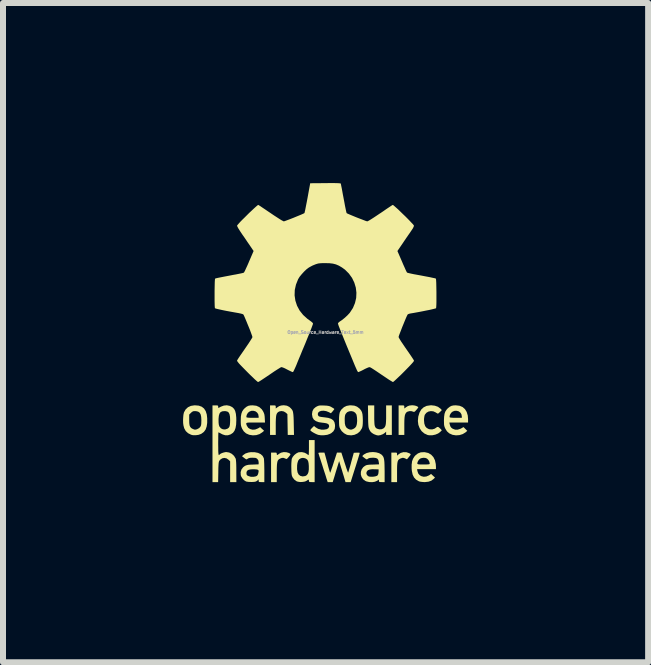
<source format=kicad_pcb>
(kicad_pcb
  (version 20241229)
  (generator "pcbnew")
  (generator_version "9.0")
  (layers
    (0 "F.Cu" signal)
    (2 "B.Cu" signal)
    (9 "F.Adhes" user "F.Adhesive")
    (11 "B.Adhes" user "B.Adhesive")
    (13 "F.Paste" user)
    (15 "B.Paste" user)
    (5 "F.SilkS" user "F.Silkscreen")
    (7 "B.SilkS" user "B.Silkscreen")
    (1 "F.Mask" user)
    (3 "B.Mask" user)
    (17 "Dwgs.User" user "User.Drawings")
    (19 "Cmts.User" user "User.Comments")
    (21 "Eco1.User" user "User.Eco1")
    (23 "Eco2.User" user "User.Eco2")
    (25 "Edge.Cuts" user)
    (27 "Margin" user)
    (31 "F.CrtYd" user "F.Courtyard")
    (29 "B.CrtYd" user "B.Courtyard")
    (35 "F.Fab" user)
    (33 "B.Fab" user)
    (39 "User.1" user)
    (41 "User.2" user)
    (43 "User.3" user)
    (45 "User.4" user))
  (footprint "Open_Source_Hardware_Text_5mm"
    (layer "F.Cu")
    (at 2.373 2.486)
    (property "Reference" "Open_Source_Hardware_Text_5mm" (at 0 0 0) (layer "F.Fab") (effects (font (size 0.05 0.05) (thickness 0.013))))
    (attr board_only exclude_from_pos_files exclude_from_bom)
    (fp_poly (pts (xy 1.348 1.998) (xy 1.391 2.013) (xy 1.409 2.022) (xy 1.418 2.03) (xy 1.417 2.041) (xy 1.406 2.057) (xy 1.385 2.083) (xy 1.38 2.089) (xy 1.357 2.116) (xy 1.326 2.101) (xy 1.304 2.093) (xy 1.286 2.091) (xy 1.263 2.098) (xy 1.258 2.099) (xy 1.238 2.108) (xy 1.221 2.119) (xy 1.21 2.134) (xy 1.201 2.157) (xy 1.196 2.188) (xy 1.193 2.231) (xy 1.192 2.287) (xy 1.192 2.334) (xy 1.192 2.496) (xy 1.097 2.496) (xy 1.097 2.004) (xy 1.144 2.004) (xy 1.171 2.004) (xy 1.186 2.007) (xy 1.191 2.015) (xy 1.192 2.029) (xy 1.192 2.03) (xy 1.192 2.056) (xy 1.211 2.038) (xy 1.252 2.01) (xy 1.298 1.997)) (stroke (width 0) (type solid)) (fill yes) (layer "F.SilkS"))
    (fp_poly (pts (xy -0.652 1.998) (xy -0.611 2.01) (xy -0.6 2.016) (xy -0.588 2.024) (xy -0.584 2.033) (xy -0.588 2.044) (xy -0.601 2.062) (xy -0.623 2.088) (xy -0.639 2.105) (xy -0.65 2.111) (xy -0.664 2.106) (xy -0.671 2.103) (xy -0.7 2.092) (xy -0.727 2.093) (xy -0.756 2.104) (xy -0.774 2.114) (xy -0.788 2.127) (xy -0.798 2.144) (xy -0.804 2.169) (xy -0.809 2.204) (xy -0.811 2.251) (xy -0.812 2.311) (xy -0.812 2.335) (xy -0.812 2.496) (xy -0.907 2.496) (xy -0.907 2.004) (xy -0.859 2.004) (xy -0.832 2.004) (xy -0.818 2.007) (xy -0.813 2.014) (xy -0.812 2.025) (xy -0.81 2.041) (xy -0.804 2.045) (xy -0.79 2.037) (xy -0.776 2.026) (xy -0.741 2.006) (xy -0.697 1.996)) (stroke (width 0) (type solid)) (fill yes) (layer "F.SilkS"))
    (fp_poly (pts (xy 1.48 1.219) (xy 1.508 1.226) (xy 1.531 1.236) (xy 1.544 1.246) (xy 1.546 1.25) (xy 1.54 1.26) (xy 1.527 1.278) (xy 1.513 1.294) (xy 1.493 1.316) (xy 1.48 1.325) (xy 1.469 1.326) (xy 1.462 1.323) (xy 1.431 1.314) (xy 1.395 1.314) (xy 1.363 1.324) (xy 1.353 1.33) (xy 1.34 1.344) (xy 1.33 1.361) (xy 1.322 1.385) (xy 1.317 1.418) (xy 1.314 1.462) (xy 1.313 1.52) (xy 1.313 1.561) (xy 1.313 1.71) (xy 1.218 1.71) (xy 1.218 1.218) (xy 1.265 1.218) (xy 1.292 1.218) (xy 1.307 1.221) (xy 1.312 1.229) (xy 1.313 1.243) (xy 1.313 1.27) (xy 1.341 1.249) (xy 1.371 1.23) (xy 1.401 1.22) (xy 1.439 1.216) (xy 1.451 1.216)) (stroke (width 0) (type solid)) (fill yes) (layer "F.SilkS"))
    (fp_poly (pts (xy -0.643 1.223) (xy -0.603 1.243) (xy -0.577 1.267) (xy -0.563 1.283) (xy -0.552 1.299) (xy -0.544 1.318) (xy -0.539 1.343) (xy -0.535 1.375) (xy -0.532 1.418) (xy -0.53 1.474) (xy -0.529 1.527) (xy -0.525 1.71) (xy -0.629 1.71) (xy -0.632 1.537) (xy -0.635 1.363) (xy -0.663 1.338) (xy -0.695 1.319) (xy -0.732 1.312) (xy -0.768 1.318) (xy -0.785 1.327) (xy -0.8 1.339) (xy -0.811 1.355) (xy -0.819 1.376) (xy -0.824 1.406) (xy -0.827 1.446) (xy -0.829 1.499) (xy -0.829 1.554) (xy -0.829 1.71) (xy -0.924 1.71) (xy -0.924 1.218) (xy -0.877 1.218) (xy -0.849 1.218) (xy -0.835 1.221) (xy -0.83 1.229) (xy -0.829 1.243) (xy -0.829 1.27) (xy -0.801 1.249) (xy -0.771 1.23) (xy -0.74 1.22) (xy -0.703 1.216) (xy -0.691 1.216)) (stroke (width 0) (type solid)) (fill yes) (layer "F.SilkS"))
    (fp_poly (pts (xy 0.812 1.382) (xy 0.812 1.447) (xy 0.814 1.496) (xy 0.816 1.533) (xy 0.821 1.56) (xy 0.829 1.579) (xy 0.839 1.593) (xy 0.853 1.603) (xy 0.859 1.606) (xy 0.895 1.617) (xy 0.934 1.615) (xy 0.963 1.603) (xy 0.978 1.591) (xy 0.99 1.576) (xy 0.999 1.555) (xy 1.005 1.527) (xy 1.008 1.488) (xy 1.01 1.437) (xy 1.01 1.373) (xy 1.01 1.218) (xy 1.105 1.218) (xy 1.105 1.71) (xy 1.01 1.71) (xy 1.01 1.655) (xy 0.991 1.674) (xy 0.957 1.697) (xy 0.916 1.713) (xy 0.878 1.719) (xy 0.854 1.715) (xy 0.823 1.704) (xy 0.802 1.695) (xy 0.771 1.675) (xy 0.749 1.653) (xy 0.734 1.628) (xy 0.727 1.613) (xy 0.722 1.599) (xy 0.718 1.583) (xy 0.715 1.562) (xy 0.713 1.533) (xy 0.711 1.495) (xy 0.71 1.444) (xy 0.71 1.402) (xy 0.707 1.218) (xy 0.812 1.218)) (stroke (width 0) (type solid)) (fill yes) (layer "F.SilkS"))
    (fp_poly (pts (xy 1.821 1.223) (xy 1.873 1.241) (xy 1.914 1.271) (xy 1.918 1.274) (xy 1.938 1.296) (xy 1.909 1.326) (xy 1.89 1.343) (xy 1.877 1.354) (xy 1.873 1.356) (xy 1.862 1.351) (xy 1.843 1.34) (xy 1.834 1.334) (xy 1.796 1.317) (xy 1.755 1.313) (xy 1.715 1.321) (xy 1.681 1.341) (xy 1.657 1.371) (xy 1.653 1.377) (xy 1.647 1.402) (xy 1.642 1.436) (xy 1.641 1.464) (xy 1.646 1.52) (xy 1.66 1.563) (xy 1.685 1.593) (xy 1.72 1.612) (xy 1.734 1.616) (xy 1.778 1.618) (xy 1.819 1.606) (xy 1.844 1.589) (xy 1.861 1.577) (xy 1.879 1.578) (xy 1.899 1.593) (xy 1.917 1.61) (xy 1.938 1.632) (xy 1.913 1.658) (xy 1.876 1.686) (xy 1.83 1.705) (xy 1.778 1.716) (xy 1.728 1.716) (xy 1.701 1.711) (xy 1.647 1.686) (xy 1.602 1.648) (xy 1.569 1.599) (xy 1.547 1.542) (xy 1.539 1.478) (xy 1.545 1.41) (xy 1.546 1.403) (xy 1.566 1.338) (xy 1.595 1.287) (xy 1.635 1.25) (xy 1.685 1.226) (xy 1.745 1.217) (xy 1.762 1.216)) (stroke (width 0) (type solid)) (fill yes) (layer "F.SilkS"))
    (fp_poly (pts (xy -2.112 1.222) (xy -2.062 1.24) (xy -2.024 1.27) (xy -1.996 1.313) (xy -1.978 1.37) (xy -1.971 1.434) (xy -1.971 1.509) (xy -1.98 1.57) (xy -1.997 1.619) (xy -2.025 1.658) (xy -2.063 1.687) (xy -2.075 1.694) (xy -2.117 1.709) (xy -2.164 1.715) (xy -2.21 1.714) (xy -2.239 1.707) (xy -2.29 1.681) (xy -2.328 1.646) (xy -2.354 1.599) (xy -2.367 1.55) (xy -2.372 1.512) (xy -2.373 1.466) (xy -2.373 1.46) (xy -2.271 1.46) (xy -2.27 1.512) (xy -2.265 1.55) (xy -2.254 1.576) (xy -2.238 1.595) (xy -2.214 1.609) (xy -2.211 1.61) (xy -2.19 1.619) (xy -2.176 1.622) (xy -2.162 1.621) (xy -2.14 1.615) (xy -2.107 1.597) (xy -2.088 1.578) (xy -2.079 1.563) (xy -2.073 1.546) (xy -2.07 1.523) (xy -2.069 1.49) (xy -2.068 1.467) (xy -2.071 1.41) (xy -2.08 1.368) (xy -2.097 1.339) (xy -2.122 1.322) (xy -2.156 1.314) (xy -2.177 1.313) (xy -2.203 1.315) (xy -2.224 1.326) (xy -2.242 1.342) (xy -2.271 1.371) (xy -2.271 1.46) (xy -2.373 1.46) (xy -2.371 1.418) (xy -2.367 1.374) (xy -2.36 1.341) (xy -2.358 1.334) (xy -2.331 1.286) (xy -2.292 1.249) (xy -2.243 1.226) (xy -2.184 1.217) (xy -2.174 1.217)) (stroke (width 0) (type solid)) (fill yes) (layer "F.SilkS"))
    (fp_poly (pts (xy 2.233 1.224) (xy 2.283 1.245) (xy 2.323 1.28) (xy 2.352 1.327) (xy 2.37 1.386) (xy 2.375 1.448) (xy 2.375 1.503) (xy 2.063 1.503) (xy 2.069 1.531) (xy 2.079 1.565) (xy 2.094 1.588) (xy 2.119 1.607) (xy 2.159 1.622) (xy 2.204 1.622) (xy 2.249 1.607) (xy 2.261 1.601) (xy 2.299 1.579) (xy 2.362 1.642) (xy 2.332 1.668) (xy 2.286 1.696) (xy 2.231 1.713) (xy 2.173 1.717) (xy 2.116 1.708) (xy 2.111 1.706) (xy 2.062 1.684) (xy 2.024 1.65) (xy 1.997 1.607) (xy 1.986 1.583) (xy 1.979 1.561) (xy 1.975 1.537) (xy 1.974 1.504) (xy 1.973 1.468) (xy 1.976 1.406) (xy 1.977 1.4) (xy 2.067 1.4) (xy 2.068 1.415) (xy 2.068 1.416) (xy 2.079 1.42) (xy 2.104 1.423) (xy 2.14 1.425) (xy 2.173 1.425) (xy 2.271 1.425) (xy 2.271 1.403) (xy 2.264 1.365) (xy 2.246 1.337) (xy 2.219 1.317) (xy 2.187 1.308) (xy 2.153 1.308) (xy 2.12 1.32) (xy 2.093 1.342) (xy 2.073 1.375) (xy 2.072 1.379) (xy 2.067 1.4) (xy 1.977 1.4) (xy 1.983 1.358) (xy 1.997 1.319) (xy 2.019 1.287) (xy 2.039 1.265) (xy 2.071 1.24) (xy 2.101 1.225) (xy 2.136 1.218) (xy 2.173 1.217)) (stroke (width 0) (type solid)) (fill yes) (layer "F.SilkS"))
    (fp_poly (pts (xy 0.48 1.222) (xy 0.525 1.239) (xy 0.565 1.269) (xy 0.577 1.282) (xy 0.595 1.306) (xy 0.608 1.333) (xy 0.616 1.366) (xy 0.62 1.409) (xy 0.622 1.465) (xy 0.622 1.473) (xy 0.621 1.52) (xy 0.618 1.555) (xy 0.613 1.581) (xy 0.605 1.602) (xy 0.575 1.649) (xy 0.533 1.685) (xy 0.483 1.708) (xy 0.429 1.717) (xy 0.372 1.712) (xy 0.35 1.705) (xy 0.307 1.681) (xy 0.269 1.646) (xy 0.242 1.603) (xy 0.241 1.602) (xy 0.233 1.581) (xy 0.228 1.555) (xy 0.226 1.52) (xy 0.225 1.473) (xy 0.225 1.464) (xy 0.32 1.464) (xy 0.322 1.518) (xy 0.331 1.557) (xy 0.347 1.586) (xy 0.371 1.605) (xy 0.382 1.611) (xy 0.408 1.621) (xy 0.429 1.622) (xy 0.452 1.615) (xy 0.462 1.611) (xy 0.491 1.593) (xy 0.511 1.567) (xy 0.522 1.53) (xy 0.527 1.48) (xy 0.527 1.47) (xy 0.525 1.427) (xy 0.52 1.391) (xy 0.515 1.369) (xy 0.494 1.339) (xy 0.464 1.32) (xy 0.429 1.313) (xy 0.393 1.317) (xy 0.36 1.332) (xy 0.337 1.358) (xy 0.328 1.376) (xy 0.323 1.398) (xy 0.32 1.429) (xy 0.32 1.464) (xy 0.225 1.464) (xy 0.226 1.415) (xy 0.23 1.371) (xy 0.237 1.336) (xy 0.25 1.309) (xy 0.267 1.284) (xy 0.27 1.282) (xy 0.308 1.247) (xy 0.352 1.226) (xy 0.404 1.217) (xy 0.424 1.217)) (stroke (width 0) (type solid)) (fill yes) (layer "F.SilkS"))
    (fp_poly (pts (xy 1.656 1.998) (xy 1.713 2.011) (xy 1.76 2.039) (xy 1.797 2.079) (xy 1.823 2.131) (xy 1.837 2.195) (xy 1.84 2.242) (xy 1.84 2.28) (xy 1.526 2.28) (xy 1.531 2.311) (xy 1.544 2.351) (xy 1.568 2.38) (xy 1.594 2.396) (xy 1.635 2.407) (xy 1.679 2.403) (xy 1.722 2.385) (xy 1.73 2.38) (xy 1.759 2.36) (xy 1.791 2.39) (xy 1.824 2.42) (xy 1.804 2.441) (xy 1.765 2.471) (xy 1.716 2.489) (xy 1.655 2.496) (xy 1.649 2.496) (xy 1.608 2.493) (xy 1.573 2.488) (xy 1.555 2.482) (xy 1.509 2.455) (xy 1.475 2.419) (xy 1.452 2.372) (xy 1.439 2.312) (xy 1.435 2.27) (xy 1.435 2.204) (xy 1.438 2.185) (xy 1.529 2.185) (xy 1.533 2.194) (xy 1.548 2.2) (xy 1.575 2.202) (xy 1.616 2.202) (xy 1.632 2.202) (xy 1.676 2.202) (xy 1.705 2.201) (xy 1.723 2.199) (xy 1.732 2.196) (xy 1.736 2.19) (xy 1.736 2.185) (xy 1.73 2.157) (xy 1.714 2.127) (xy 1.692 2.105) (xy 1.691 2.104) (xy 1.663 2.093) (xy 1.628 2.091) (xy 1.592 2.098) (xy 1.579 2.104) (xy 1.558 2.121) (xy 1.541 2.146) (xy 1.541 2.146) (xy 1.532 2.169) (xy 1.529 2.185) (xy 1.438 2.185) (xy 1.442 2.15) (xy 1.458 2.107) (xy 1.482 2.069) (xy 1.498 2.051) (xy 1.54 2.018) (xy 1.587 2) (xy 1.642 1.997)) (stroke (width 0) (type solid)) (fill yes) (layer "F.SilkS"))
    (fp_poly (pts (xy -1.152 1.224) (xy -1.103 1.246) (xy -1.062 1.283) (xy -1.042 1.313) (xy -1.028 1.341) (xy -1.019 1.367) (xy -1.014 1.399) (xy -1.012 1.431) (xy -1.008 1.503) (xy -1.165 1.503) (xy -1.223 1.503) (xy -1.265 1.503) (xy -1.294 1.505) (xy -1.312 1.509) (xy -1.32 1.516) (xy -1.321 1.527) (xy -1.316 1.542) (xy -1.309 1.559) (xy -1.287 1.592) (xy -1.254 1.613) (xy -1.215 1.623) (xy -1.172 1.62) (xy -1.129 1.603) (xy -1.126 1.602) (xy -1.089 1.58) (xy -1.056 1.611) (xy -1.023 1.641) (xy -1.054 1.667) (xy -1.099 1.696) (xy -1.153 1.713) (xy -1.211 1.717) (xy -1.269 1.708) (xy -1.275 1.706) (xy -1.324 1.684) (xy -1.362 1.65) (xy -1.389 1.607) (xy -1.399 1.583) (xy -1.406 1.561) (xy -1.41 1.537) (xy -1.412 1.504) (xy -1.412 1.468) (xy -1.41 1.406) (xy -1.409 1.4) (xy -1.318 1.4) (xy -1.318 1.415) (xy -1.317 1.416) (xy -1.306 1.42) (xy -1.281 1.423) (xy -1.245 1.425) (xy -1.213 1.425) (xy -1.114 1.425) (xy -1.114 1.403) (xy -1.121 1.365) (xy -1.14 1.337) (xy -1.167 1.317) (xy -1.199 1.308) (xy -1.233 1.308) (xy -1.265 1.32) (xy -1.293 1.342) (xy -1.312 1.375) (xy -1.313 1.379) (xy -1.318 1.4) (xy -1.409 1.4) (xy -1.402 1.358) (xy -1.388 1.319) (xy -1.367 1.287) (xy -1.346 1.265) (xy -1.315 1.24) (xy -1.286 1.225) (xy -1.251 1.218) (xy -1.211 1.217)) (stroke (width 0) (type solid)) (fill yes) (layer "F.SilkS"))
    (fp_poly (pts (xy -0.181 2.496) (xy -0.229 2.496) (xy -0.256 2.495) (xy -0.27 2.492) (xy -0.276 2.485) (xy -0.276 2.474) (xy -0.278 2.459) (xy -0.283 2.454) (xy -0.297 2.461) (xy -0.312 2.472) (xy -0.341 2.486) (xy -0.38 2.493) (xy -0.422 2.495) (xy -0.461 2.489) (xy -0.482 2.482) (xy -0.521 2.453) (xy -0.55 2.414) (xy -0.561 2.386) (xy -0.565 2.361) (xy -0.568 2.324) (xy -0.569 2.282) (xy -0.474 2.282) (xy -0.466 2.333) (xy -0.448 2.369) (xy -0.42 2.392) (xy -0.383 2.401) (xy -0.378 2.401) (xy -0.338 2.395) (xy -0.317 2.384) (xy -0.297 2.361) (xy -0.284 2.329) (xy -0.278 2.286) (xy -0.278 2.229) (xy -0.278 2.228) (xy -0.282 2.179) (xy -0.29 2.145) (xy -0.304 2.121) (xy -0.325 2.106) (xy -0.344 2.098) (xy -0.376 2.092) (xy -0.405 2.097) (xy -0.409 2.098) (xy -0.437 2.114) (xy -0.456 2.14) (xy -0.468 2.18) (xy -0.473 2.216) (xy -0.474 2.282) (xy -0.569 2.282) (xy -0.569 2.279) (xy -0.57 2.231) (xy -0.569 2.184) (xy -0.566 2.143) (xy -0.563 2.114) (xy -0.561 2.106) (xy -0.546 2.076) (xy -0.52 2.045) (xy -0.488 2.019) (xy -0.456 2.002) (xy -0.445 1.999) (xy -0.394 1.996) (xy -0.347 2.007) (xy -0.315 2.024) (xy -0.296 2.038) (xy -0.283 2.046) (xy -0.281 2.047) (xy -0.28 2.039) (xy -0.278 2.016) (xy -0.277 1.983) (xy -0.276 1.941) (xy -0.276 1.922) (xy -0.276 1.796) (xy -0.181 1.796)) (stroke (width 0) (type solid)) (fill yes) (layer "F.SilkS"))
    (fp_poly (pts (xy -0.005 2.049) (xy 0.002 2.074) (xy 0.012 2.111) (xy 0.024 2.156) (xy 0.037 2.204) (xy 0.04 2.217) (xy 0.052 2.261) (xy 0.063 2.297) (xy 0.071 2.324) (xy 0.076 2.339) (xy 0.077 2.34) (xy 0.081 2.333) (xy 0.09 2.311) (xy 0.101 2.277) (xy 0.116 2.235) (xy 0.132 2.185) (xy 0.136 2.172) (xy 0.191 2.004) (xy 0.264 2.004) (xy 0.318 2.173) (xy 0.335 2.224) (xy 0.349 2.268) (xy 0.362 2.303) (xy 0.371 2.327) (xy 0.376 2.338) (xy 0.377 2.338) (xy 0.381 2.328) (xy 0.388 2.305) (xy 0.398 2.27) (xy 0.411 2.227) (xy 0.425 2.177) (xy 0.426 2.171) (xy 0.471 2.008) (xy 0.521 2.005) (xy 0.547 2.005) (xy 0.565 2.007) (xy 0.57 2.01) (xy 0.568 2.019) (xy 0.561 2.043) (xy 0.55 2.08) (xy 0.536 2.126) (xy 0.519 2.18) (xy 0.5 2.241) (xy 0.495 2.256) (xy 0.419 2.496) (xy 0.376 2.496) (xy 0.333 2.496) (xy 0.303 2.394) (xy 0.288 2.346) (xy 0.273 2.294) (xy 0.258 2.247) (xy 0.25 2.22) (xy 0.227 2.146) (xy 0.199 2.237) (xy 0.184 2.286) (xy 0.167 2.341) (xy 0.152 2.393) (xy 0.146 2.412) (xy 0.12 2.496) (xy 0.036 2.496) (xy 0.023 2.455) (xy 0.016 2.435) (xy 0.006 2.401) (xy -0.008 2.357) (xy -0.025 2.306) (xy -0.043 2.249) (xy -0.052 2.22) (xy -0.07 2.164) (xy -0.086 2.114) (xy -0.1 2.072) (xy -0.11 2.039) (xy -0.117 2.019) (xy -0.119 2.014) (xy -0.116 2.008) (xy -0.1 2.005) (xy -0.071 2.004) (xy -0.018 2.004)) (stroke (width 0) (type solid)) (fill yes) (layer "F.SilkS"))
    (fp_poly (pts (xy -0.048 1.219) (xy -0.026 1.22) (xy 0.016 1.222) (xy 0.046 1.226) (xy 0.07 1.232) (xy 0.094 1.243) (xy 0.101 1.248) (xy 0.126 1.262) (xy 0.142 1.273) (xy 0.147 1.278) (xy 0.142 1.288) (xy 0.128 1.305) (xy 0.119 1.317) (xy 0.09 1.349) (xy 0.054 1.33) (xy 0.013 1.314) (xy -0.028 1.307) (xy -0.065 1.308) (xy -0.096 1.317) (xy -0.118 1.333) (xy -0.128 1.356) (xy -0.127 1.375) (xy -0.121 1.389) (xy -0.112 1.399) (xy -0.094 1.406) (xy -0.067 1.411) (xy -0.025 1.416) (xy -0.016 1.417) (xy 0.047 1.426) (xy 0.094 1.442) (xy 0.128 1.465) (xy 0.149 1.498) (xy 0.158 1.54) (xy 0.159 1.564) (xy 0.153 1.611) (xy 0.131 1.65) (xy 0.095 1.681) (xy 0.072 1.693) (xy 0.03 1.708) (xy -0.022 1.715) (xy -0.074 1.716) (xy -0.121 1.709) (xy -0.127 1.707) (xy -0.159 1.694) (xy -0.192 1.677) (xy -0.223 1.659) (xy -0.244 1.643) (xy -0.249 1.639) (xy -0.252 1.629) (xy -0.245 1.616) (xy -0.227 1.596) (xy -0.225 1.594) (xy -0.191 1.561) (xy -0.165 1.583) (xy -0.122 1.609) (xy -0.071 1.622) (xy -0.025 1.622) (xy 0.018 1.615) (xy 0.045 1.6) (xy 0.059 1.576) (xy 0.06 1.562) (xy 0.056 1.542) (xy 0.041 1.527) (xy 0.014 1.516) (xy -0.027 1.509) (xy -0.048 1.507) (xy -0.111 1.498) (xy -0.16 1.48) (xy -0.195 1.454) (xy -0.216 1.418) (xy -0.224 1.373) (xy -0.225 1.363) (xy -0.218 1.315) (xy -0.198 1.276) (xy -0.163 1.246) (xy -0.147 1.237) (xy -0.126 1.227) (xy -0.106 1.221) (xy -0.082 1.219)) (stroke (width 0) (type solid)) (fill yes) (layer "F.SilkS"))
    (fp_poly (pts (xy 0.843 2) (xy 0.893 2.014) (xy 0.932 2.037) (xy 0.937 2.042) (xy 0.951 2.057) (xy 0.963 2.075) (xy 0.971 2.096) (xy 0.977 2.125) (xy 0.981 2.162) (xy 0.983 2.21) (xy 0.984 2.271) (xy 0.985 2.317) (xy 0.985 2.496) (xy 0.937 2.496) (xy 0.91 2.495) (xy 0.896 2.492) (xy 0.89 2.485) (xy 0.89 2.475) (xy 0.89 2.453) (xy 0.858 2.475) (xy 0.822 2.49) (xy 0.778 2.497) (xy 0.729 2.495) (xy 0.684 2.485) (xy 0.665 2.477) (xy 0.627 2.449) (xy 0.602 2.412) (xy 0.589 2.371) (xy 0.589 2.353) (xy 0.681 2.353) (xy 0.691 2.378) (xy 0.711 2.397) (xy 0.729 2.404) (xy 0.759 2.407) (xy 0.794 2.406) (xy 0.828 2.401) (xy 0.855 2.392) (xy 0.866 2.386) (xy 0.879 2.362) (xy 0.884 2.327) (xy 0.885 2.284) (xy 0.829 2.282) (xy 0.777 2.281) (xy 0.738 2.286) (xy 0.71 2.297) (xy 0.699 2.305) (xy 0.684 2.327) (xy 0.681 2.353) (xy 0.589 2.353) (xy 0.589 2.327) (xy 0.602 2.285) (xy 0.628 2.248) (xy 0.651 2.23) (xy 0.667 2.22) (xy 0.683 2.213) (xy 0.703 2.209) (xy 0.731 2.206) (xy 0.77 2.204) (xy 0.788 2.204) (xy 0.892 2.2) (xy 0.887 2.161) (xy 0.88 2.128) (xy 0.866 2.107) (xy 0.842 2.095) (xy 0.804 2.09) (xy 0.786 2.09) (xy 0.749 2.092) (xy 0.724 2.097) (xy 0.707 2.106) (xy 0.695 2.115) (xy 0.685 2.117) (xy 0.671 2.11) (xy 0.651 2.095) (xy 0.63 2.079) (xy 0.616 2.067) (xy 0.614 2.062) (xy 0.62 2.054) (xy 0.635 2.04) (xy 0.641 2.035) (xy 0.684 2.012) (xy 0.735 1.999) (xy 0.789 1.995)) (stroke (width 0) (type solid)) (fill yes) (layer "F.SilkS"))
    (fp_poly (pts (xy -1.179 1.998) (xy -1.124 2.009) (xy -1.08 2.03) (xy -1.047 2.06) (xy -1.028 2.097) (xy -1.025 2.115) (xy -1.023 2.148) (xy -1.021 2.191) (xy -1.02 2.242) (xy -1.019 2.298) (xy -1.019 2.312) (xy -1.019 2.496) (xy -1.067 2.496) (xy -1.094 2.495) (xy -1.108 2.493) (xy -1.113 2.485) (xy -1.114 2.473) (xy -1.114 2.45) (xy -1.136 2.471) (xy -1.15 2.481) (xy -1.166 2.488) (xy -1.189 2.492) (xy -1.225 2.494) (xy -1.229 2.494) (xy -1.278 2.493) (xy -1.314 2.488) (xy -1.326 2.484) (xy -1.356 2.465) (xy -1.384 2.435) (xy -1.404 2.403) (xy -1.412 2.38) (xy -1.413 2.345) (xy -1.317 2.345) (xy -1.315 2.368) (xy -1.307 2.383) (xy -1.287 2.394) (xy -1.246 2.407) (xy -1.199 2.408) (xy -1.159 2.4) (xy -1.139 2.389) (xy -1.127 2.37) (xy -1.122 2.356) (xy -1.115 2.324) (xy -1.115 2.303) (xy -1.125 2.291) (xy -1.148 2.285) (xy -1.185 2.282) (xy -1.188 2.282) (xy -1.24 2.283) (xy -1.278 2.29) (xy -1.302 2.303) (xy -1.315 2.325) (xy -1.317 2.345) (xy -1.413 2.345) (xy -1.414 2.33) (xy -1.4 2.285) (xy -1.372 2.248) (xy -1.344 2.227) (xy -1.325 2.218) (xy -1.304 2.212) (xy -1.278 2.207) (xy -1.241 2.205) (xy -1.211 2.204) (xy -1.114 2.2) (xy -1.114 2.166) (xy -1.119 2.135) (xy -1.135 2.111) (xy -1.149 2.1) (xy -1.165 2.093) (xy -1.189 2.091) (xy -1.216 2.09) (xy -1.254 2.091) (xy -1.279 2.097) (xy -1.296 2.106) (xy -1.296 2.106) (xy -1.309 2.115) (xy -1.319 2.117) (xy -1.332 2.11) (xy -1.354 2.094) (xy -1.354 2.094) (xy -1.391 2.065) (xy -1.374 2.048) (xy -1.335 2.02) (xy -1.284 2.003) (xy -1.243 1.997)) (stroke (width 0) (type solid)) (fill yes) (layer "F.SilkS"))
    (fp_poly (pts (xy -1.595 1.226) (xy -1.553 1.247) (xy -1.522 1.278) (xy -1.505 1.311) (xy -1.493 1.359) (xy -1.487 1.42) (xy -1.486 1.464) (xy -1.489 1.537) (xy -1.499 1.595) (xy -1.516 1.64) (xy -1.541 1.674) (xy -1.576 1.698) (xy -1.584 1.702) (xy -1.627 1.716) (xy -1.669 1.716) (xy -1.714 1.702) (xy -1.732 1.693) (xy -1.757 1.679) (xy -1.776 1.67) (xy -1.784 1.667) (xy -1.785 1.675) (xy -1.786 1.698) (xy -1.787 1.733) (xy -1.787 1.779) (xy -1.788 1.831) (xy -1.788 1.857) (xy -1.787 1.924) (xy -1.787 1.974) (xy -1.785 2.011) (xy -1.782 2.034) (xy -1.778 2.045) (xy -1.773 2.046) (xy -1.766 2.038) (xy -1.766 2.037) (xy -1.751 2.025) (xy -1.725 2.012) (xy -1.694 2.002) (xy -1.664 1.996) (xy -1.654 1.995) (xy -1.605 2.003) (xy -1.561 2.025) (xy -1.524 2.059) (xy -1.499 2.1) (xy -1.494 2.114) (xy -1.492 2.133) (xy -1.489 2.165) (xy -1.487 2.208) (xy -1.486 2.259) (xy -1.486 2.314) (xy -1.486 2.321) (xy -1.485 2.496) (xy -1.589 2.496) (xy -1.589 2.149) (xy -1.614 2.125) (xy -1.648 2.101) (xy -1.685 2.093) (xy -1.721 2.1) (xy -1.754 2.122) (xy -1.768 2.139) (xy -1.774 2.15) (xy -1.778 2.165) (xy -1.781 2.185) (xy -1.783 2.215) (xy -1.785 2.257) (xy -1.786 2.313) (xy -1.786 2.329) (xy -1.789 2.496) (xy -1.883 2.496) (xy -1.883 1.464) (xy -1.782 1.464) (xy -1.781 1.509) (xy -1.777 1.541) (xy -1.77 1.564) (xy -1.767 1.57) (xy -1.743 1.6) (xy -1.71 1.616) (xy -1.673 1.619) (xy -1.635 1.607) (xy -1.626 1.601) (xy -1.61 1.588) (xy -1.599 1.568) (xy -1.593 1.541) (xy -1.59 1.502) (xy -1.589 1.463) (xy -1.591 1.407) (xy -1.599 1.366) (xy -1.612 1.338) (xy -1.634 1.321) (xy -1.664 1.314) (xy -1.684 1.313) (xy -1.721 1.317) (xy -1.748 1.33) (xy -1.766 1.354) (xy -1.777 1.391) (xy -1.782 1.442) (xy -1.782 1.464) (xy -1.883 1.464) (xy -1.883 1.218) (xy -1.835 1.218) (xy -1.808 1.218) (xy -1.794 1.221) (xy -1.789 1.229) (xy -1.788 1.239) (xy -1.787 1.256) (xy -1.785 1.261) (xy -1.776 1.257) (xy -1.757 1.247) (xy -1.742 1.239) (xy -1.694 1.221) (xy -1.644 1.216)) (stroke (width 0) (type solid)) (fill yes) (layer "F.SilkS"))
    (fp_poly (pts (xy 0.181 -2.485) (xy 0.214 -2.484) (xy 0.237 -2.482) (xy 0.25 -2.48) (xy 0.255 -2.477) (xy 0.255 -2.477) (xy 0.257 -2.466) (xy 0.262 -2.44) (xy 0.27 -2.402) (xy 0.279 -2.353) (xy 0.289 -2.297) (xy 0.301 -2.235) (xy 0.302 -2.229) (xy 0.314 -2.167) (xy 0.324 -2.111) (xy 0.334 -2.062) (xy 0.342 -2.024) (xy 0.348 -1.998) (xy 0.352 -1.986) (xy 0.352 -1.986) (xy 0.363 -1.979) (xy 0.388 -1.968) (xy 0.423 -1.953) (xy 0.464 -1.936) (xy 0.51 -1.917) (xy 0.556 -1.899) (xy 0.601 -1.882) (xy 0.64 -1.867) (xy 0.671 -1.855) (xy 0.691 -1.849) (xy 0.696 -1.848) (xy 0.708 -1.853) (xy 0.732 -1.866) (xy 0.766 -1.887) (xy 0.808 -1.914) (xy 0.856 -1.946) (xy 0.908 -1.981) (xy 0.912 -1.983) (xy 0.964 -2.018) (xy 1.011 -2.051) (xy 1.053 -2.079) (xy 1.086 -2.101) (xy 1.109 -2.116) (xy 1.12 -2.122) (xy 1.12 -2.122) (xy 1.129 -2.118) (xy 1.148 -2.102) (xy 1.175 -2.078) (xy 1.209 -2.048) (xy 1.246 -2.012) (xy 1.286 -1.973) (xy 1.327 -1.934) (xy 1.366 -1.895) (xy 1.402 -1.858) (xy 1.432 -1.826) (xy 1.456 -1.801) (xy 1.47 -1.783) (xy 1.473 -1.777) (xy 1.47 -1.762) (xy 1.457 -1.734) (xy 1.432 -1.696) (xy 1.428 -1.691) (xy 1.407 -1.659) (xy 1.378 -1.618) (xy 1.345 -1.57) (xy 1.311 -1.52) (xy 1.289 -1.487) (xy 1.198 -1.354) (xy 1.274 -1.179) (xy 1.296 -1.127) (xy 1.317 -1.081) (xy 1.334 -1.042) (xy 1.348 -1.013) (xy 1.357 -0.997) (xy 1.359 -0.995) (xy 1.371 -0.99) (xy 1.396 -0.984) (xy 1.432 -0.976) (xy 1.475 -0.967) (xy 1.498 -0.963) (xy 1.591 -0.946) (xy 1.669 -0.931) (xy 1.734 -0.919) (xy 1.784 -0.908) (xy 1.818 -0.901) (xy 1.837 -0.895) (xy 1.839 -0.894) (xy 1.841 -0.885) (xy 1.843 -0.86) (xy 1.845 -0.824) (xy 1.846 -0.779) (xy 1.847 -0.727) (xy 1.848 -0.671) (xy 1.848 -0.614) (xy 1.848 -0.559) (xy 1.848 -0.508) (xy 1.847 -0.464) (xy 1.845 -0.429) (xy 1.843 -0.407) (xy 1.842 -0.401) (xy 1.832 -0.397) (xy 1.808 -0.391) (xy 1.772 -0.382) (xy 1.728 -0.372) (xy 1.676 -0.362) (xy 1.622 -0.351) (xy 1.566 -0.34) (xy 1.511 -0.33) (xy 1.461 -0.321) (xy 1.418 -0.314) (xy 1.392 -0.308) (xy 1.373 -0.3) (xy 1.369 -0.297) (xy 1.363 -0.286) (xy 1.351 -0.262) (xy 1.336 -0.227) (xy 1.318 -0.184) (xy 1.299 -0.137) (xy 1.279 -0.089) (xy 1.261 -0.042) (xy 1.244 0.002) (xy 1.23 0.038) (xy 1.221 0.064) (xy 1.218 0.078) (xy 1.218 0.078) (xy 1.22 0.086) (xy 1.228 0.101) (xy 1.241 0.123) (xy 1.261 0.155) (xy 1.289 0.196) (xy 1.324 0.248) (xy 1.369 0.313) (xy 1.414 0.378) (xy 1.436 0.411) (xy 1.456 0.441) (xy 1.469 0.462) (xy 1.474 0.472) (xy 1.471 0.481) (xy 1.459 0.498) (xy 1.436 0.524) (xy 1.402 0.561) (xy 1.357 0.607) (xy 1.308 0.657) (xy 1.263 0.702) (xy 1.221 0.742) (xy 1.185 0.776) (xy 1.156 0.803) (xy 1.135 0.821) (xy 1.125 0.829) (xy 1.124 0.829) (xy 1.114 0.824) (xy 1.092 0.811) (xy 1.059 0.791) (xy 1.019 0.764) (xy 0.973 0.733) (xy 0.934 0.707) (xy 0.884 0.673) (xy 0.838 0.642) (xy 0.798 0.616) (xy 0.767 0.596) (xy 0.745 0.584) (xy 0.737 0.581) (xy 0.721 0.583) (xy 0.693 0.594) (xy 0.656 0.611) (xy 0.636 0.622) (xy 0.601 0.64) (xy 0.572 0.653) (xy 0.551 0.662) (xy 0.543 0.663) (xy 0.536 0.654) (xy 0.524 0.633) (xy 0.51 0.601) (xy 0.493 0.563) (xy 0.492 0.561) (xy 0.439 0.432) (xy 0.392 0.319) (xy 0.351 0.22) (xy 0.316 0.134) (xy 0.287 0.062) (xy 0.263 0.002) (xy 0.243 -0.047) (xy 0.228 -0.085) (xy 0.217 -0.114) (xy 0.211 -0.133) (xy 0.208 -0.143) (xy 0.207 -0.145) (xy 0.214 -0.159) (xy 0.231 -0.174) (xy 0.233 -0.176) (xy 0.276 -0.205) (xy 0.323 -0.243) (xy 0.367 -0.284) (xy 0.403 -0.323) (xy 0.406 -0.327) (xy 0.457 -0.405) (xy 0.491 -0.487) (xy 0.511 -0.572) (xy 0.515 -0.659) (xy 0.505 -0.744) (xy 0.48 -0.827) (xy 0.442 -0.906) (xy 0.39 -0.978) (xy 0.325 -1.043) (xy 0.274 -1.08) (xy 0.223 -1.11) (xy 0.174 -1.131) (xy 0.123 -1.144) (xy 0.063 -1.151) (xy -0.004 -1.152) (xy -0.053 -1.152) (xy -0.088 -1.15) (xy -0.116 -1.147) (xy -0.14 -1.141) (xy -0.165 -1.133) (xy -0.177 -1.128) (xy -0.214 -1.113) (xy -0.25 -1.094) (xy -0.277 -1.079) (xy -0.316 -1.05) (xy -0.357 -1.011) (xy -0.397 -0.967) (xy -0.432 -0.924) (xy -0.456 -0.885) (xy -0.492 -0.795) (xy -0.512 -0.705) (xy -0.515 -0.615) (xy -0.502 -0.527) (xy -0.474 -0.442) (xy -0.431 -0.362) (xy -0.373 -0.289) (xy -0.3 -0.223) (xy -0.266 -0.199) (xy -0.235 -0.176) (xy -0.215 -0.158) (xy -0.208 -0.145) (xy -0.208 -0.144) (xy -0.211 -0.133) (xy -0.22 -0.108) (xy -0.234 -0.07) (xy -0.253 -0.022) (xy -0.275 0.034) (xy -0.301 0.097) (xy -0.328 0.164) (xy -0.329 0.167) (xy -0.359 0.239) (xy -0.389 0.31) (xy -0.417 0.379) (xy -0.443 0.441) (xy -0.465 0.494) (xy -0.482 0.537) (xy -0.492 0.561) (xy -0.509 0.599) (xy -0.524 0.631) (xy -0.535 0.653) (xy -0.543 0.663) (xy -0.543 0.663) (xy -0.554 0.661) (xy -0.577 0.651) (xy -0.608 0.636) (xy -0.636 0.622) (xy -0.676 0.601) (xy -0.709 0.587) (xy -0.731 0.581) (xy -0.737 0.581) (xy -0.749 0.586) (xy -0.773 0.601) (xy -0.807 0.622) (xy -0.849 0.649) (xy -0.896 0.681) (xy -0.934 0.707) (xy -0.983 0.74) (xy -1.028 0.77) (xy -1.067 0.796) (xy -1.097 0.815) (xy -1.117 0.826) (xy -1.124 0.829) (xy -1.133 0.823) (xy -1.152 0.807) (xy -1.181 0.781) (xy -1.216 0.747) (xy -1.257 0.708) (xy -1.301 0.664) (xy -1.308 0.657) (xy -1.363 0.601) (xy -1.407 0.556) (xy -1.44 0.521) (xy -1.461 0.495) (xy -1.472 0.479) (xy -1.474 0.472) (xy -1.467 0.459) (xy -1.453 0.436) (xy -1.433 0.406) (xy -1.414 0.378) (xy -1.361 0.302) (xy -1.319 0.24) (xy -1.284 0.189) (xy -1.258 0.149) (xy -1.239 0.119) (xy -1.226 0.098) (xy -1.219 0.085) (xy -1.218 0.078) (xy -1.221 0.066) (xy -1.23 0.04) (xy -1.243 0.004) (xy -1.259 -0.039) (xy -1.278 -0.086) (xy -1.298 -0.134) (xy -1.317 -0.181) (xy -1.335 -0.224) (xy -1.35 -0.259) (xy -1.362 -0.285) (xy -1.369 -0.297) (xy -1.369 -0.297) (xy -1.383 -0.304) (xy -1.408 -0.311) (xy -1.44 -0.318) (xy -1.444 -0.319) (xy -1.518 -0.332) (xy -1.589 -0.345) (xy -1.655 -0.357) (xy -1.714 -0.369) (xy -1.764 -0.38) (xy -1.804 -0.389) (xy -1.83 -0.396) (xy -1.841 -0.401) (xy -1.842 -0.401) (xy -1.844 -0.413) (xy -1.846 -0.439) (xy -1.847 -0.476) (xy -1.848 -0.522) (xy -1.848 -0.575) (xy -1.848 -0.631) (xy -1.848 -0.688) (xy -1.847 -0.743) (xy -1.846 -0.793) (xy -1.845 -0.836) (xy -1.843 -0.869) (xy -1.841 -0.889) (xy -1.839 -0.894) (xy -1.826 -0.899) (xy -1.796 -0.906) (xy -1.751 -0.915) (xy -1.69 -0.927) (xy -1.616 -0.941) (xy -1.528 -0.958) (xy -1.498 -0.963) (xy -1.453 -0.972) (xy -1.413 -0.98) (xy -1.382 -0.987) (xy -1.363 -0.993) (xy -1.359 -0.995) (xy -1.353 -1.005) (xy -1.341 -1.028) (xy -1.325 -1.063) (xy -1.305 -1.106) (xy -1.283 -1.156) (xy -1.274 -1.178) (xy -1.198 -1.354) (xy -1.244 -1.422) (xy -1.264 -1.452) (xy -1.292 -1.492) (xy -1.323 -1.538) (xy -1.357 -1.588) (xy -1.384 -1.626) (xy -1.422 -1.683) (xy -1.45 -1.727) (xy -1.467 -1.758) (xy -1.473 -1.775) (xy -1.473 -1.778) (xy -1.465 -1.789) (xy -1.447 -1.81) (xy -1.421 -1.839) (xy -1.388 -1.873) (xy -1.35 -1.91) (xy -1.31 -1.95) (xy -1.27 -1.99) (xy -1.23 -2.027) (xy -1.194 -2.061) (xy -1.163 -2.089) (xy -1.139 -2.11) (xy -1.124 -2.121) (xy -1.12 -2.122) (xy -1.11 -2.116) (xy -1.087 -2.102) (xy -1.055 -2.08) (xy -1.013 -2.052) (xy -0.966 -2.02) (xy -0.914 -1.985) (xy -0.911 -1.983) (xy -0.858 -1.947) (xy -0.81 -1.916) (xy -0.767 -1.888) (xy -0.733 -1.867) (xy -0.708 -1.854) (xy -0.696 -1.848) (xy -0.695 -1.848) (xy -0.683 -1.851) (xy -0.658 -1.86) (xy -0.623 -1.873) (xy -0.581 -1.889) (xy -0.535 -1.907) (xy -0.489 -1.926) (xy -0.445 -1.944) (xy -0.406 -1.96) (xy -0.375 -1.974) (xy -0.356 -1.983) (xy -0.352 -1.986) (xy -0.349 -1.991) (xy -0.346 -2.006) (xy -0.34 -2.03) (xy -0.333 -2.065) (xy -0.324 -2.112) (xy -0.312 -2.172) (xy -0.298 -2.246) (xy -0.282 -2.335) (xy -0.265 -2.427) (xy -0.255 -2.483) (xy -0.002 -2.485) (xy 0.074 -2.486) (xy 0.135 -2.486)) (stroke (width 0) (type solid)) (fill yes) (layer "F.SilkS")))
  (gr_rect
    (start -3 -3)
    (end 7.748 7.983)
    (stroke (width 0.1) (type default))
    (fill no)
    (layer "Edge.Cuts")))
</source>
